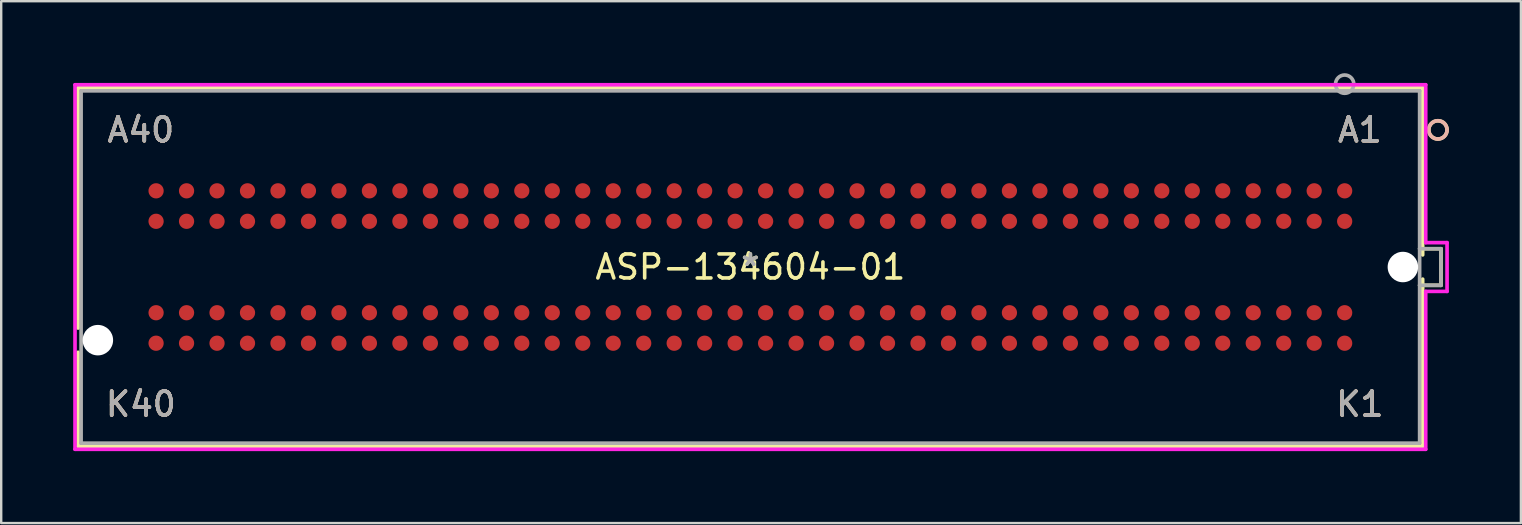
<source format=kicad_pcb>
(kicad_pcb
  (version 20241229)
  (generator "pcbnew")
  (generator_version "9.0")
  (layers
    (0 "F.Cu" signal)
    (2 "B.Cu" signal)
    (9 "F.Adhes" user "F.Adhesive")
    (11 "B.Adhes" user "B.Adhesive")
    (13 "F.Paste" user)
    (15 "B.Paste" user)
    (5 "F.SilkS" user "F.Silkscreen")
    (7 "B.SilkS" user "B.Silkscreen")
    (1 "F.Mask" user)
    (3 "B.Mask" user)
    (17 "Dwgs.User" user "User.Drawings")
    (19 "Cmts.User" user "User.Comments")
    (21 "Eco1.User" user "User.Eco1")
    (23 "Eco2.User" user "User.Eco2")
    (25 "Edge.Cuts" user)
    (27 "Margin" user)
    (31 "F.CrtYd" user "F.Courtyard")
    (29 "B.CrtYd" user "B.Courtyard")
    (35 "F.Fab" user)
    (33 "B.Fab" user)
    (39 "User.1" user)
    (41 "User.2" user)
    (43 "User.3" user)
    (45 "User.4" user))
  (footprint "ASP-134604-01"
    (layer "F.Cu")
    (at 28.219 8.077)
    (property "Reference" "ASP-134604-01" (at 0 0 0) (layer "F.SilkS") (effects (font (size 1 1) (thickness 0.15))))
    (attr through_hole)
    (fp_line (start -28.016 -7.468) (end -28.016 2.543) (stroke (width 0.152) (type solid)) (layer "F.SilkS"))
    (fp_line (start -28.016 3.553) (end -28.016 7.468) (stroke (width 0.152) (type solid)) (layer "F.SilkS"))
    (fp_line (start -28.016 7.468) (end 28.016 7.468) (stroke (width 0.152) (type solid)) (layer "F.SilkS"))
    (fp_line (start 27.889 0.762) (end 28.778 0.762) (stroke (width 0.152) (type solid)) (layer "F.SilkS"))
    (fp_line (start 28.016 -7.468) (end -28.016 -7.468) (stroke (width 0.152) (type solid)) (layer "F.SilkS"))
    (fp_line (start 28.016 -0.505) (end 28.016 -7.468) (stroke (width 0.152) (type solid)) (layer "F.SilkS"))
    (fp_line (start 28.016 7.468) (end 28.016 0.505) (stroke (width 0.152) (type solid)) (layer "F.SilkS"))
    (fp_line (start 28.778 -0.762) (end 27.889 -0.762) (stroke (width 0.152) (type solid)) (layer "F.SilkS"))
    (fp_line (start 28.778 0.762) (end 28.778 -0.762) (stroke (width 0.152) (type solid)) (layer "F.SilkS"))
    (fp_circle (center 28.651 -5.715) (end 29.032 -5.715) (stroke (width 0.152) (type solid)) (fill no) (layer "F.SilkS"))
    (fp_circle (center 28.651 -5.715) (end 29.032 -5.715) (stroke (width 0.152) (type solid)) (fill no) (layer "B.SilkS"))
    (fp_line (start -28.143 -7.595) (end -28.143 7.595) (stroke (width 0.152) (type solid)) (layer "F.CrtYd"))
    (fp_line (start -28.143 7.595) (end 28.143 7.595) (stroke (width 0.152) (type solid)) (layer "F.CrtYd"))
    (fp_line (start 28.143 -7.595) (end -28.143 -7.595) (stroke (width 0.152) (type solid)) (layer "F.CrtYd"))
    (fp_line (start 28.143 -1.016) (end 28.143 -7.595) (stroke (width 0.152) (type solid)) (layer "F.CrtYd"))
    (fp_line (start 28.143 1.016) (end 29.032 1.016) (stroke (width 0.152) (type solid)) (layer "F.CrtYd"))
    (fp_line (start 28.143 7.595) (end 28.143 1.016) (stroke (width 0.152) (type solid)) (layer "F.CrtYd"))
    (fp_line (start 29.032 -1.016) (end 28.143 -1.016) (stroke (width 0.152) (type solid)) (layer "F.CrtYd"))
    (fp_line (start 29.032 1.016) (end 29.032 -1.016) (stroke (width 0.152) (type solid)) (layer "F.CrtYd"))
    (fp_line (start -27.889 -7.341) (end -27.889 7.341) (stroke (width 0.152) (type solid)) (layer "F.Fab"))
    (fp_line (start -27.889 7.341) (end 27.889 7.341) (stroke (width 0.152) (type solid)) (layer "F.Fab"))
    (fp_line (start 27.889 -7.341) (end -27.889 -7.341) (stroke (width 0.152) (type solid)) (layer "F.Fab"))
    (fp_line (start 27.889 0.762) (end 28.778 0.762) (stroke (width 0.152) (type solid)) (layer "F.Fab"))
    (fp_line (start 27.889 7.341) (end 27.889 -7.341) (stroke (width 0.152) (type solid)) (layer "F.Fab"))
    (fp_line (start 28.778 -0.762) (end 27.889 -0.762) (stroke (width 0.152) (type solid)) (layer "F.Fab"))
    (fp_line (start 28.778 0.762) (end 28.778 -0.762) (stroke (width 0.152) (type solid)) (layer "F.Fab"))
    (fp_circle (center 24.765 -7.62) (end 25.146 -7.62) (stroke (width 0.152) (type solid)) (fill no) (layer "F.Fab"))
    (fp_text user "A40" (at -25.4 -5.715 0) (layer "F.SilkS") (effects (font (size 1 1) (thickness 0.15))))
    (fp_text user "K40" (at -25.4 5.715 0) (layer "F.SilkS") (effects (font (size 1 1) (thickness 0.15))))
    (fp_text user "K1" (at 25.4 5.715 0) (layer "F.SilkS") (effects (font (size 1 1) (thickness 0.15))))
    (fp_text user "A1" (at 25.4 -5.715 0) (layer "F.SilkS") (effects (font (size 1 1) (thickness 0.15))))
    (fp_text user "*" (at 0 0 0) (layer "F.SilkS") (effects (font (size 1 1) (thickness 0.15))))
    (fp_text user "A40" (at -25.4 -5.715 0) (layer "B.SilkS") (effects (font (size 1 1) (thickness 0.15))))
    (fp_text user "K40" (at -25.4 5.715 0) (layer "B.SilkS") (effects (font (size 1 1) (thickness 0.15))))
    (fp_text user "K1" (at 25.4 5.715 0) (layer "B.SilkS") (effects (font (size 1 1) (thickness 0.15))))
    (fp_text user "A1" (at 25.4 -5.715 0) (layer "B.SilkS") (effects (font (size 1 1) (thickness 0.15))))
    (fp_text user "Copyright 2016 Accelerated Designs. All rights reserved." (at 0 0 0) (layer "Cmts.User") (effects (font (size 0.127 0.127) (thickness 0.002))))
    (fp_text user "A1" (at 25.4 -5.715 0) (layer "F.Fab") (effects (font (size 1 1) (thickness 0.15))))
    (fp_text user "*" (at 0 0 0) (layer "F.Fab") (effects (font (size 1 1) (thickness 0.15))))
    (fp_text user "K40" (at -25.4 5.715 0) (layer "F.Fab") (effects (font (size 1 1) (thickness 0.15))))
    (fp_text user "K1" (at 25.4 5.715 0) (layer "F.Fab") (effects (font (size 1 1) (thickness 0.15))))
    (fp_text user "A40" (at -25.4 -5.715 0) (layer "F.Fab") (effects (font (size 1 1) (thickness 0.15))))
    (pad "" np_thru_hole circle (at -27.191 3.048) (size 1.27 1.27) (drill 1.27) (layers "*.Cu" "*.Mask"))
    (pad "" np_thru_hole circle (at 27.191 0) (size 1.27 1.27) (drill 1.27) (layers "*.Cu" "*.Mask"))
    (pad "C1" smd circle (at 24.765 -3.175) (size 0.635 0.635) (layers "F.Cu" "F.Mask" "F.Paste"))
    (pad "C2" smd circle (at 23.495 -3.175) (size 0.635 0.635) (layers "F.Cu" "F.Mask" "F.Paste"))
    (pad "C3" smd circle (at 22.225 -3.175) (size 0.635 0.635) (layers "F.Cu" "F.Mask" "F.Paste"))
    (pad "C4" smd circle (at 20.955 -3.175) (size 0.635 0.635) (layers "F.Cu" "F.Mask" "F.Paste"))
    (pad "C5" smd circle (at 19.685 -3.175) (size 0.635 0.635) (layers "F.Cu" "F.Mask" "F.Paste"))
    (pad "C6" smd circle (at 18.415 -3.175) (size 0.635 0.635) (layers "F.Cu" "F.Mask" "F.Paste"))
    (pad "C7" smd circle (at 17.145 -3.175) (size 0.635 0.635) (layers "F.Cu" "F.Mask" "F.Paste"))
    (pad "C8" smd circle (at 15.875 -3.175) (size 0.635 0.635) (layers "F.Cu" "F.Mask" "F.Paste"))
    (pad "C9" smd circle (at 14.605 -3.175) (size 0.635 0.635) (layers "F.Cu" "F.Mask" "F.Paste"))
    (pad "C10" smd circle (at 13.335 -3.175) (size 0.635 0.635) (layers "F.Cu" "F.Mask" "F.Paste"))
    (pad "C11" smd circle (at 12.065 -3.175) (size 0.635 0.635) (layers "F.Cu" "F.Mask" "F.Paste"))
    (pad "C12" smd circle (at 10.795 -3.175) (size 0.635 0.635) (layers "F.Cu" "F.Mask" "F.Paste"))
    (pad "C13" smd circle (at 9.525 -3.175) (size 0.635 0.635) (layers "F.Cu" "F.Mask" "F.Paste"))
    (pad "C14" smd circle (at 8.255 -3.175) (size 0.635 0.635) (layers "F.Cu" "F.Mask" "F.Paste"))
    (pad "C15" smd circle (at 6.985 -3.175) (size 0.635 0.635) (layers "F.Cu" "F.Mask" "F.Paste"))
    (pad "C16" smd circle (at 5.715 -3.175) (size 0.635 0.635) (layers "F.Cu" "F.Mask" "F.Paste"))
    (pad "C17" smd circle (at 4.445 -3.175) (size 0.635 0.635) (layers "F.Cu" "F.Mask" "F.Paste"))
    (pad "C18" smd circle (at 3.175 -3.175) (size 0.635 0.635) (layers "F.Cu" "F.Mask" "F.Paste"))
    (pad "C19" smd circle (at 1.905 -3.175) (size 0.635 0.635) (layers "F.Cu" "F.Mask" "F.Paste"))
    (pad "C20" smd circle (at 0.635 -3.175) (size 0.635 0.635) (layers "F.Cu" "F.Mask" "F.Paste"))
    (pad "C21" smd circle (at -0.635 -3.175) (size 0.635 0.635) (layers "F.Cu" "F.Mask" "F.Paste"))
    (pad "C22" smd circle (at -1.905 -3.175) (size 0.635 0.635) (layers "F.Cu" "F.Mask" "F.Paste"))
    (pad "C23" smd circle (at -3.175 -3.175) (size 0.635 0.635) (layers "F.Cu" "F.Mask" "F.Paste"))
    (pad "C24" smd circle (at -4.445 -3.175) (size 0.635 0.635) (layers "F.Cu" "F.Mask" "F.Paste"))
    (pad "C25" smd circle (at -5.715 -3.175) (size 0.635 0.635) (layers "F.Cu" "F.Mask" "F.Paste"))
    (pad "C26" smd circle (at -6.985 -3.175) (size 0.635 0.635) (layers "F.Cu" "F.Mask" "F.Paste"))
    (pad "C27" smd circle (at -8.255 -3.175) (size 0.635 0.635) (layers "F.Cu" "F.Mask" "F.Paste"))
    (pad "C28" smd circle (at -9.525 -3.175) (size 0.635 0.635) (layers "F.Cu" "F.Mask" "F.Paste"))
    (pad "C29" smd circle (at -10.795 -3.175) (size 0.635 0.635) (layers "F.Cu" "F.Mask" "F.Paste"))
    (pad "C30" smd circle (at -12.065 -3.175) (size 0.635 0.635) (layers "F.Cu" "F.Mask" "F.Paste"))
    (pad "C31" smd circle (at -13.335 -3.175) (size 0.635 0.635) (layers "F.Cu" "F.Mask" "F.Paste"))
    (pad "C32" smd circle (at -14.605 -3.175) (size 0.635 0.635) (layers "F.Cu" "F.Mask" "F.Paste"))
    (pad "C33" smd circle (at -15.875 -3.175) (size 0.635 0.635) (layers "F.Cu" "F.Mask" "F.Paste"))
    (pad "C34" smd circle (at -17.145 -3.175) (size 0.635 0.635) (layers "F.Cu" "F.Mask" "F.Paste"))
    (pad "C35" smd circle (at -18.415 -3.175) (size 0.635 0.635) (layers "F.Cu" "F.Mask" "F.Paste"))
    (pad "C36" smd circle (at -19.685 -3.175) (size 0.635 0.635) (layers "F.Cu" "F.Mask" "F.Paste"))
    (pad "C37" smd circle (at -20.955 -3.175) (size 0.635 0.635) (layers "F.Cu" "F.Mask" "F.Paste"))
    (pad "C38" smd circle (at -22.225 -3.175) (size 0.635 0.635) (layers "F.Cu" "F.Mask" "F.Paste"))
    (pad "C39" smd circle (at -23.495 -3.175) (size 0.635 0.635) (layers "F.Cu" "F.Mask" "F.Paste"))
    (pad "C40" smd circle (at -24.765 -3.175) (size 0.635 0.635) (layers "F.Cu" "F.Mask" "F.Paste"))
    (pad "D1" smd circle (at 24.765 -1.905) (size 0.635 0.635) (layers "F.Cu" "F.Mask" "F.Paste"))
    (pad "D2" smd circle (at 23.495 -1.905) (size 0.635 0.635) (layers "F.Cu" "F.Mask" "F.Paste"))
    (pad "D3" smd circle (at 22.225 -1.905) (size 0.635 0.635) (layers "F.Cu" "F.Mask" "F.Paste"))
    (pad "D4" smd circle (at 20.955 -1.905) (size 0.635 0.635) (layers "F.Cu" "F.Mask" "F.Paste"))
    (pad "D5" smd circle (at 19.685 -1.905) (size 0.635 0.635) (layers "F.Cu" "F.Mask" "F.Paste"))
    (pad "D6" smd circle (at 18.415 -1.905) (size 0.635 0.635) (layers "F.Cu" "F.Mask" "F.Paste"))
    (pad "D7" smd circle (at 17.145 -1.905) (size 0.635 0.635) (layers "F.Cu" "F.Mask" "F.Paste"))
    (pad "D8" smd circle (at 15.875 -1.905) (size 0.635 0.635) (layers "F.Cu" "F.Mask" "F.Paste"))
    (pad "D9" smd circle (at 14.605 -1.905) (size 0.635 0.635) (layers "F.Cu" "F.Mask" "F.Paste"))
    (pad "D10" smd circle (at 13.335 -1.905) (size 0.635 0.635) (layers "F.Cu" "F.Mask" "F.Paste"))
    (pad "D11" smd circle (at 12.065 -1.905) (size 0.635 0.635) (layers "F.Cu" "F.Mask" "F.Paste"))
    (pad "D12" smd circle (at 10.795 -1.905) (size 0.635 0.635) (layers "F.Cu" "F.Mask" "F.Paste"))
    (pad "D13" smd circle (at 9.525 -1.905) (size 0.635 0.635) (layers "F.Cu" "F.Mask" "F.Paste"))
    (pad "D14" smd circle (at 8.255 -1.905) (size 0.635 0.635) (layers "F.Cu" "F.Mask" "F.Paste"))
    (pad "D15" smd circle (at 6.985 -1.905) (size 0.635 0.635) (layers "F.Cu" "F.Mask" "F.Paste"))
    (pad "D16" smd circle (at 5.715 -1.905) (size 0.635 0.635) (layers "F.Cu" "F.Mask" "F.Paste"))
    (pad "D17" smd circle (at 4.445 -1.905) (size 0.635 0.635) (layers "F.Cu" "F.Mask" "F.Paste"))
    (pad "D18" smd circle (at 3.175 -1.905) (size 0.635 0.635) (layers "F.Cu" "F.Mask" "F.Paste"))
    (pad "D19" smd circle (at 1.905 -1.905) (size 0.635 0.635) (layers "F.Cu" "F.Mask" "F.Paste"))
    (pad "D20" smd circle (at 0.635 -1.905) (size 0.635 0.635) (layers "F.Cu" "F.Mask" "F.Paste"))
    (pad "D21" smd circle (at -0.635 -1.905) (size 0.635 0.635) (layers "F.Cu" "F.Mask" "F.Paste"))
    (pad "D22" smd circle (at -1.905 -1.905) (size 0.635 0.635) (layers "F.Cu" "F.Mask" "F.Paste"))
    (pad "D23" smd circle (at -3.175 -1.905) (size 0.635 0.635) (layers "F.Cu" "F.Mask" "F.Paste"))
    (pad "D24" smd circle (at -4.445 -1.905) (size 0.635 0.635) (layers "F.Cu" "F.Mask" "F.Paste"))
    (pad "D25" smd circle (at -5.715 -1.905) (size 0.635 0.635) (layers "F.Cu" "F.Mask" "F.Paste"))
    (pad "D26" smd circle (at -6.985 -1.905) (size 0.635 0.635) (layers "F.Cu" "F.Mask" "F.Paste"))
    (pad "D27" smd circle (at -8.255 -1.905) (size 0.635 0.635) (layers "F.Cu" "F.Mask" "F.Paste"))
    (pad "D28" smd circle (at -9.525 -1.905) (size 0.635 0.635) (layers "F.Cu" "F.Mask" "F.Paste"))
    (pad "D29" smd circle (at -10.795 -1.905) (size 0.635 0.635) (layers "F.Cu" "F.Mask" "F.Paste"))
    (pad "D30" smd circle (at -12.065 -1.905) (size 0.635 0.635) (layers "F.Cu" "F.Mask" "F.Paste"))
    (pad "D31" smd circle (at -13.335 -1.905) (size 0.635 0.635) (layers "F.Cu" "F.Mask" "F.Paste"))
    (pad "D32" smd circle (at -14.605 -1.905) (size 0.635 0.635) (layers "F.Cu" "F.Mask" "F.Paste"))
    (pad "D33" smd circle (at -15.875 -1.905) (size 0.635 0.635) (layers "F.Cu" "F.Mask" "F.Paste"))
    (pad "D34" smd circle (at -17.145 -1.905) (size 0.635 0.635) (layers "F.Cu" "F.Mask" "F.Paste"))
    (pad "D35" smd circle (at -18.415 -1.905) (size 0.635 0.635) (layers "F.Cu" "F.Mask" "F.Paste"))
    (pad "D36" smd circle (at -19.685 -1.905) (size 0.635 0.635) (layers "F.Cu" "F.Mask" "F.Paste"))
    (pad "D37" smd circle (at -20.955 -1.905) (size 0.635 0.635) (layers "F.Cu" "F.Mask" "F.Paste"))
    (pad "D38" smd circle (at -22.225 -1.905) (size 0.635 0.635) (layers "F.Cu" "F.Mask" "F.Paste"))
    (pad "D39" smd circle (at -23.495 -1.905) (size 0.635 0.635) (layers "F.Cu" "F.Mask" "F.Paste"))
    (pad "D40" smd circle (at -24.765 -1.905) (size 0.635 0.635) (layers "F.Cu" "F.Mask" "F.Paste"))
    (pad "G1" smd circle (at 24.765 1.905) (size 0.635 0.635) (layers "F.Cu" "F.Mask" "F.Paste"))
    (pad "G2" smd circle (at 23.495 1.905) (size 0.635 0.635) (layers "F.Cu" "F.Mask" "F.Paste"))
    (pad "G3" smd circle (at 22.225 1.905) (size 0.635 0.635) (layers "F.Cu" "F.Mask" "F.Paste"))
    (pad "G4" smd circle (at 20.955 1.905) (size 0.635 0.635) (layers "F.Cu" "F.Mask" "F.Paste"))
    (pad "G5" smd circle (at 19.685 1.905) (size 0.635 0.635) (layers "F.Cu" "F.Mask" "F.Paste"))
    (pad "G6" smd circle (at 18.415 1.905) (size 0.635 0.635) (layers "F.Cu" "F.Mask" "F.Paste"))
    (pad "G7" smd circle (at 17.145 1.905) (size 0.635 0.635) (layers "F.Cu" "F.Mask" "F.Paste"))
    (pad "G8" smd circle (at 15.875 1.905) (size 0.635 0.635) (layers "F.Cu" "F.Mask" "F.Paste"))
    (pad "G9" smd circle (at 14.605 1.905) (size 0.635 0.635) (layers "F.Cu" "F.Mask" "F.Paste"))
    (pad "G10" smd circle (at 13.335 1.905) (size 0.635 0.635) (layers "F.Cu" "F.Mask" "F.Paste"))
    (pad "G11" smd circle (at 12.065 1.905) (size 0.635 0.635) (layers "F.Cu" "F.Mask" "F.Paste"))
    (pad "G12" smd circle (at 10.795 1.905) (size 0.635 0.635) (layers "F.Cu" "F.Mask" "F.Paste"))
    (pad "G13" smd circle (at 9.525 1.905) (size 0.635 0.635) (layers "F.Cu" "F.Mask" "F.Paste"))
    (pad "G14" smd circle (at 8.255 1.905) (size 0.635 0.635) (layers "F.Cu" "F.Mask" "F.Paste"))
    (pad "G15" smd circle (at 6.985 1.905) (size 0.635 0.635) (layers "F.Cu" "F.Mask" "F.Paste"))
    (pad "G16" smd circle (at 5.715 1.905) (size 0.635 0.635) (layers "F.Cu" "F.Mask" "F.Paste"))
    (pad "G17" smd circle (at 4.445 1.905) (size 0.635 0.635) (layers "F.Cu" "F.Mask" "F.Paste"))
    (pad "G18" smd circle (at 3.175 1.905) (size 0.635 0.635) (layers "F.Cu" "F.Mask" "F.Paste"))
    (pad "G19" smd circle (at 1.905 1.905) (size 0.635 0.635) (layers "F.Cu" "F.Mask" "F.Paste"))
    (pad "G20" smd circle (at 0.635 1.905) (size 0.635 0.635) (layers "F.Cu" "F.Mask" "F.Paste"))
    (pad "G21" smd circle (at -0.635 1.905) (size 0.635 0.635) (layers "F.Cu" "F.Mask" "F.Paste"))
    (pad "G22" smd circle (at -1.905 1.905) (size 0.635 0.635) (layers "F.Cu" "F.Mask" "F.Paste"))
    (pad "G23" smd circle (at -3.175 1.905) (size 0.635 0.635) (layers "F.Cu" "F.Mask" "F.Paste"))
    (pad "G24" smd circle (at -4.445 1.905) (size 0.635 0.635) (layers "F.Cu" "F.Mask" "F.Paste"))
    (pad "G25" smd circle (at -5.715 1.905) (size 0.635 0.635) (layers "F.Cu" "F.Mask" "F.Paste"))
    (pad "G26" smd circle (at -6.985 1.905) (size 0.635 0.635) (layers "F.Cu" "F.Mask" "F.Paste"))
    (pad "G27" smd circle (at -8.255 1.905) (size 0.635 0.635) (layers "F.Cu" "F.Mask" "F.Paste"))
    (pad "G28" smd circle (at -9.525 1.905) (size 0.635 0.635) (layers "F.Cu" "F.Mask" "F.Paste"))
    (pad "G29" smd circle (at -10.795 1.905) (size 0.635 0.635) (layers "F.Cu" "F.Mask" "F.Paste"))
    (pad "G30" smd circle (at -12.065 1.905) (size 0.635 0.635) (layers "F.Cu" "F.Mask" "F.Paste"))
    (pad "G31" smd circle (at -13.335 1.905) (size 0.635 0.635) (layers "F.Cu" "F.Mask" "F.Paste"))
    (pad "G32" smd circle (at -14.605 1.905) (size 0.635 0.635) (layers "F.Cu" "F.Mask" "F.Paste"))
    (pad "G33" smd circle (at -15.875 1.905) (size 0.635 0.635) (layers "F.Cu" "F.Mask" "F.Paste"))
    (pad "G34" smd circle (at -17.145 1.905) (size 0.635 0.635) (layers "F.Cu" "F.Mask" "F.Paste"))
    (pad "G35" smd circle (at -18.415 1.905) (size 0.635 0.635) (layers "F.Cu" "F.Mask" "F.Paste"))
    (pad "G36" smd circle (at -19.685 1.905) (size 0.635 0.635) (layers "F.Cu" "F.Mask" "F.Paste"))
    (pad "G37" smd circle (at -20.955 1.905) (size 0.635 0.635) (layers "F.Cu" "F.Mask" "F.Paste"))
    (pad "G38" smd circle (at -22.225 1.905) (size 0.635 0.635) (layers "F.Cu" "F.Mask" "F.Paste"))
    (pad "G39" smd circle (at -23.495 1.905) (size 0.635 0.635) (layers "F.Cu" "F.Mask" "F.Paste"))
    (pad "G40" smd circle (at -24.765 1.905) (size 0.635 0.635) (layers "F.Cu" "F.Mask" "F.Paste"))
    (pad "H1" smd circle (at 24.765 3.175) (size 0.635 0.635) (layers "F.Cu" "F.Mask" "F.Paste"))
    (pad "H2" smd circle (at 23.495 3.175) (size 0.635 0.635) (layers "F.Cu" "F.Mask" "F.Paste"))
    (pad "H3" smd circle (at 22.225 3.175) (size 0.635 0.635) (layers "F.Cu" "F.Mask" "F.Paste"))
    (pad "H4" smd circle (at 20.955 3.175) (size 0.635 0.635) (layers "F.Cu" "F.Mask" "F.Paste"))
    (pad "H5" smd circle (at 19.685 3.175) (size 0.635 0.635) (layers "F.Cu" "F.Mask" "F.Paste"))
    (pad "H6" smd circle (at 18.415 3.175) (size 0.635 0.635) (layers "F.Cu" "F.Mask" "F.Paste"))
    (pad "H7" smd circle (at 17.145 3.175) (size 0.635 0.635) (layers "F.Cu" "F.Mask" "F.Paste"))
    (pad "H8" smd circle (at 15.875 3.175) (size 0.635 0.635) (layers "F.Cu" "F.Mask" "F.Paste"))
    (pad "H9" smd circle (at 14.605 3.175) (size 0.635 0.635) (layers "F.Cu" "F.Mask" "F.Paste"))
    (pad "H10" smd circle (at 13.335 3.175) (size 0.635 0.635) (layers "F.Cu" "F.Mask" "F.Paste"))
    (pad "H11" smd circle (at 12.065 3.175) (size 0.635 0.635) (layers "F.Cu" "F.Mask" "F.Paste"))
    (pad "H12" smd circle (at 10.795 3.175) (size 0.635 0.635) (layers "F.Cu" "F.Mask" "F.Paste"))
    (pad "H13" smd circle (at 9.525 3.175) (size 0.635 0.635) (layers "F.Cu" "F.Mask" "F.Paste"))
    (pad "H14" smd circle (at 8.255 3.175) (size 0.635 0.635) (layers "F.Cu" "F.Mask" "F.Paste"))
    (pad "H15" smd circle (at 6.985 3.175) (size 0.635 0.635) (layers "F.Cu" "F.Mask" "F.Paste"))
    (pad "H16" smd circle (at 5.715 3.175) (size 0.635 0.635) (layers "F.Cu" "F.Mask" "F.Paste"))
    (pad "H17" smd circle (at 4.445 3.175) (size 0.635 0.635) (layers "F.Cu" "F.Mask" "F.Paste"))
    (pad "H18" smd circle (at 3.175 3.175) (size 0.635 0.635) (layers "F.Cu" "F.Mask" "F.Paste"))
    (pad "H19" smd circle (at 1.905 3.175) (size 0.635 0.635) (layers "F.Cu" "F.Mask" "F.Paste"))
    (pad "H20" smd circle (at 0.635 3.175) (size 0.635 0.635) (layers "F.Cu" "F.Mask" "F.Paste"))
    (pad "H21" smd circle (at -0.635 3.175) (size 0.635 0.635) (layers "F.Cu" "F.Mask" "F.Paste"))
    (pad "H22" smd circle (at -1.905 3.175) (size 0.635 0.635) (layers "F.Cu" "F.Mask" "F.Paste"))
    (pad "H23" smd circle (at -3.175 3.175) (size 0.635 0.635) (layers "F.Cu" "F.Mask" "F.Paste"))
    (pad "H24" smd circle (at -4.445 3.175) (size 0.635 0.635) (layers "F.Cu" "F.Mask" "F.Paste"))
    (pad "H25" smd circle (at -5.715 3.175) (size 0.635 0.635) (layers "F.Cu" "F.Mask" "F.Paste"))
    (pad "H26" smd circle (at -6.985 3.175) (size 0.635 0.635) (layers "F.Cu" "F.Mask" "F.Paste"))
    (pad "H27" smd circle (at -8.255 3.175) (size 0.635 0.635) (layers "F.Cu" "F.Mask" "F.Paste"))
    (pad "H28" smd circle (at -9.525 3.175) (size 0.635 0.635) (layers "F.Cu" "F.Mask" "F.Paste"))
    (pad "H29" smd circle (at -10.795 3.175) (size 0.635 0.635) (layers "F.Cu" "F.Mask" "F.Paste"))
    (pad "H30" smd circle (at -12.065 3.175) (size 0.635 0.635) (layers "F.Cu" "F.Mask" "F.Paste"))
    (pad "H31" smd circle (at -13.335 3.175) (size 0.635 0.635) (layers "F.Cu" "F.Mask" "F.Paste"))
    (pad "H32" smd circle (at -14.605 3.175) (size 0.635 0.635) (layers "F.Cu" "F.Mask" "F.Paste"))
    (pad "H33" smd circle (at -15.875 3.175) (size 0.635 0.635) (layers "F.Cu" "F.Mask" "F.Paste"))
    (pad "H34" smd circle (at -17.145 3.175) (size 0.635 0.635) (layers "F.Cu" "F.Mask" "F.Paste"))
    (pad "H35" smd circle (at -18.415 3.175) (size 0.635 0.635) (layers "F.Cu" "F.Mask" "F.Paste"))
    (pad "H36" smd circle (at -19.685 3.175) (size 0.635 0.635) (layers "F.Cu" "F.Mask" "F.Paste"))
    (pad "H37" smd circle (at -20.955 3.175) (size 0.635 0.635) (layers "F.Cu" "F.Mask" "F.Paste"))
    (pad "H38" smd circle (at -22.225 3.175) (size 0.635 0.635) (layers "F.Cu" "F.Mask" "F.Paste"))
    (pad "H39" smd circle (at -23.495 3.175) (size 0.635 0.635) (layers "F.Cu" "F.Mask" "F.Paste"))
    (pad "H40" smd circle (at -24.765 3.175) (size 0.635 0.635) (layers "F.Cu" "F.Mask" "F.Paste")))
  (gr_rect
    (start -3 -3)
    (end 60.328 18.748)
    (stroke (width 0.1) (type default))
    (fill no)
    (layer "Edge.Cuts")))
</source>
